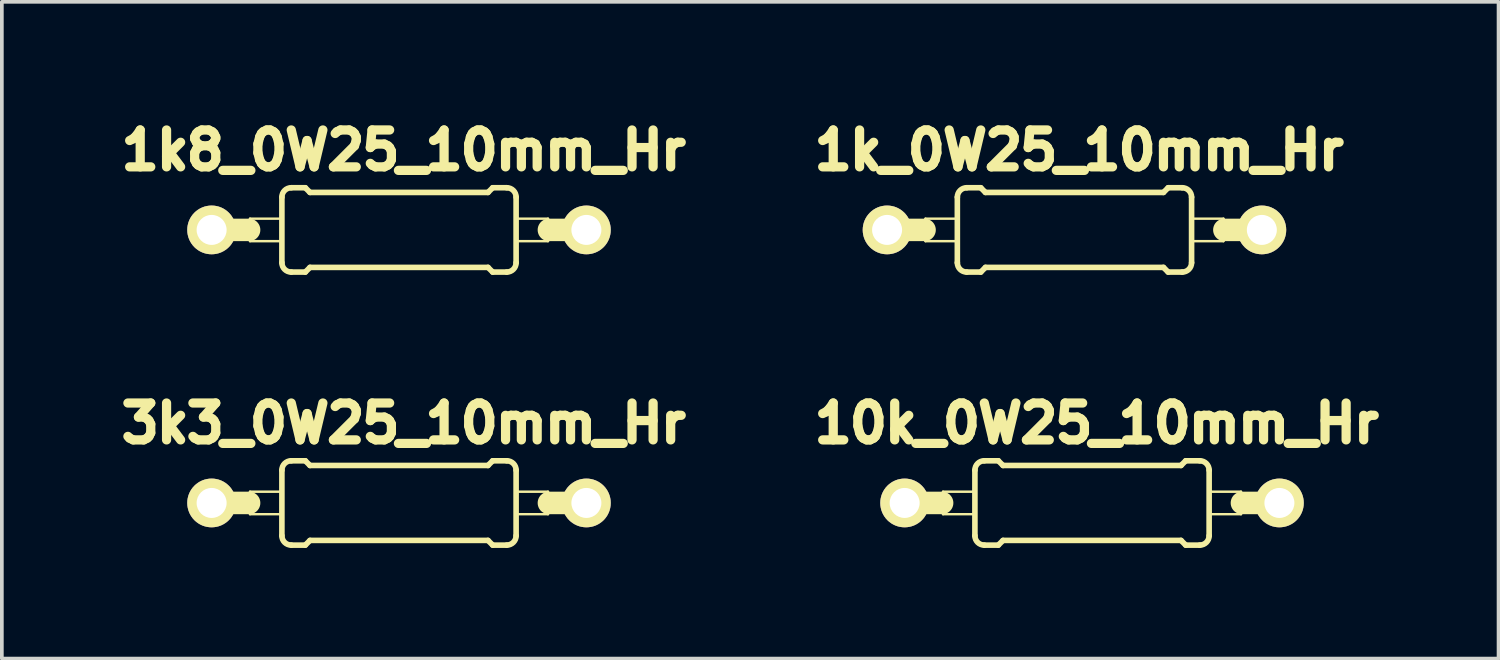
<source format=kicad_pcb>
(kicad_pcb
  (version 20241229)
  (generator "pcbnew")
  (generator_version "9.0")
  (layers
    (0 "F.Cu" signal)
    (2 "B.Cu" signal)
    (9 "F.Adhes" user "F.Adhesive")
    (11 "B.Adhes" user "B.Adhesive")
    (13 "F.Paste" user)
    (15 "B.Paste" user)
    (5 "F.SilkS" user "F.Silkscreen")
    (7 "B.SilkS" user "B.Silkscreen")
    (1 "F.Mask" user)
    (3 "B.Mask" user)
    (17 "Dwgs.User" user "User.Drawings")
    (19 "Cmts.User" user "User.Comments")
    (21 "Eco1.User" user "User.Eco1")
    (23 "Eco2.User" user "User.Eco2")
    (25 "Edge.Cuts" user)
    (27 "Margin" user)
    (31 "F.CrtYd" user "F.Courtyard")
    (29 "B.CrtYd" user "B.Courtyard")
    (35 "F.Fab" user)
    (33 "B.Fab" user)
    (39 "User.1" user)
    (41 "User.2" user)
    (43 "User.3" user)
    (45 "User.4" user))
  (footprint "10k_0W25_10mm_Hr"
    (layer "F.Cu")
    (at 26.555 10.585)
    (property "Reference" "10k_0W25_10mm_Hr" (at 0.127 -2.159 0) (layer "F.SilkS") (effects (font (size 1 1) (thickness 0.25))))
    (attr exclude_from_pos_files exclude_from_bom)
    (fp_line (start -5.08 0) (end -4.064 0) (stroke (width 0.61) (type solid)) (layer "F.SilkS"))
    (fp_line (start -4.039 -0.305) (end -3.175 -0.305) (stroke (width 0.066) (type solid)) (layer "F.SilkS"))
    (fp_line (start -4.039 0.305) (end -4.039 -0.305) (stroke (width 0.066) (type solid)) (layer "F.SilkS"))
    (fp_line (start -4.039 0.305) (end -3.175 0.305) (stroke (width 0.066) (type solid)) (layer "F.SilkS"))
    (fp_line (start -3.175 0.305) (end -3.175 -0.305) (stroke (width 0.066) (type solid)) (layer "F.SilkS"))
    (fp_line (start -3.175 0.889) (end -3.175 -0.889) (stroke (width 0.152) (type solid)) (layer "F.SilkS"))
    (fp_line (start -2.921 -1.143) (end -2.54 -1.143) (stroke (width 0.152) (type solid)) (layer "F.SilkS"))
    (fp_line (start -2.921 1.143) (end -2.54 1.143) (stroke (width 0.152) (type solid)) (layer "F.SilkS"))
    (fp_line (start -2.413 -1.016) (end -2.54 -1.143) (stroke (width 0.152) (type solid)) (layer "F.SilkS"))
    (fp_line (start -2.413 1.016) (end -2.54 1.143) (stroke (width 0.152) (type solid)) (layer "F.SilkS"))
    (fp_line (start 2.413 -1.016) (end -2.413 -1.016) (stroke (width 0.152) (type solid)) (layer "F.SilkS"))
    (fp_line (start 2.413 -1.016) (end 2.54 -1.143) (stroke (width 0.152) (type solid)) (layer "F.SilkS"))
    (fp_line (start 2.413 1.016) (end -2.413 1.016) (stroke (width 0.152) (type solid)) (layer "F.SilkS"))
    (fp_line (start 2.413 1.016) (end 2.54 1.143) (stroke (width 0.152) (type solid)) (layer "F.SilkS"))
    (fp_line (start 2.921 -1.143) (end 2.54 -1.143) (stroke (width 0.152) (type solid)) (layer "F.SilkS"))
    (fp_line (start 2.921 1.143) (end 2.54 1.143) (stroke (width 0.152) (type solid)) (layer "F.SilkS"))
    (fp_line (start 3.175 -0.305) (end 4.039 -0.305) (stroke (width 0.066) (type solid)) (layer "F.SilkS"))
    (fp_line (start 3.175 0.305) (end 3.175 -0.305) (stroke (width 0.066) (type solid)) (layer "F.SilkS"))
    (fp_line (start 3.175 0.305) (end 4.039 0.305) (stroke (width 0.066) (type solid)) (layer "F.SilkS"))
    (fp_line (start 3.175 0.889) (end 3.175 -0.889) (stroke (width 0.152) (type solid)) (layer "F.SilkS"))
    (fp_line (start 4.039 0.305) (end 4.039 -0.305) (stroke (width 0.066) (type solid)) (layer "F.SilkS"))
    (fp_line (start 5.08 0) (end 4.064 0) (stroke (width 0.61) (type solid)) (layer "F.SilkS"))
    (fp_arc (start -3.175 -0.889) (mid -3.100605 -1.068605) (end -2.921 -1.143) (stroke (width 0.1524) (type solid)) (layer "F.SilkS"))
    (fp_arc (start -2.921 1.143) (mid -3.100605 1.068605) (end -3.175 0.889) (stroke (width 0.1524) (type solid)) (layer "F.SilkS"))
    (fp_arc (start 2.921 -1.143) (mid 3.100605 -1.068605) (end 3.175 -0.889) (stroke (width 0.1524) (type solid)) (layer "F.SilkS"))
    (fp_arc (start 3.175 0.889) (mid 3.100605 1.068605) (end 2.921 1.143) (stroke (width 0.1524) (type solid)) (layer "F.SilkS"))
    (pad "1" thru_hole circle (at -5.08 0) (size 1.321 1.321) (drill 0.813) (layers "*.Cu" "F.Mask" "F.SilkS" "F.Paste"))
    (pad "2" thru_hole circle (at 5.08 0) (size 1.321 1.321) (drill 0.813) (layers "*.Cu" "F.Mask" "F.SilkS" "F.Paste")))
  (footprint "1k8_0W25_10mm_Hr"
    (layer "F.Cu")
    (at 7.767 3.183)
    (property "Reference" "1k8_0W25_10mm_Hr" (at 0.127 -2.159 0) (layer "F.SilkS") (effects (font (size 1 1) (thickness 0.25))))
    (attr exclude_from_pos_files exclude_from_bom)
    (fp_line (start -5.08 0) (end -4.064 0) (stroke (width 0.61) (type solid)) (layer "F.SilkS"))
    (fp_line (start -4.039 -0.305) (end -3.175 -0.305) (stroke (width 0.066) (type solid)) (layer "F.SilkS"))
    (fp_line (start -4.039 0.305) (end -4.039 -0.305) (stroke (width 0.066) (type solid)) (layer "F.SilkS"))
    (fp_line (start -4.039 0.305) (end -3.175 0.305) (stroke (width 0.066) (type solid)) (layer "F.SilkS"))
    (fp_line (start -3.175 0.305) (end -3.175 -0.305) (stroke (width 0.066) (type solid)) (layer "F.SilkS"))
    (fp_line (start -3.175 0.889) (end -3.175 -0.889) (stroke (width 0.152) (type solid)) (layer "F.SilkS"))
    (fp_line (start -2.921 -1.143) (end -2.54 -1.143) (stroke (width 0.152) (type solid)) (layer "F.SilkS"))
    (fp_line (start -2.921 1.143) (end -2.54 1.143) (stroke (width 0.152) (type solid)) (layer "F.SilkS"))
    (fp_line (start -2.413 -1.016) (end -2.54 -1.143) (stroke (width 0.152) (type solid)) (layer "F.SilkS"))
    (fp_line (start -2.413 1.016) (end -2.54 1.143) (stroke (width 0.152) (type solid)) (layer "F.SilkS"))
    (fp_line (start 2.413 -1.016) (end -2.413 -1.016) (stroke (width 0.152) (type solid)) (layer "F.SilkS"))
    (fp_line (start 2.413 -1.016) (end 2.54 -1.143) (stroke (width 0.152) (type solid)) (layer "F.SilkS"))
    (fp_line (start 2.413 1.016) (end -2.413 1.016) (stroke (width 0.152) (type solid)) (layer "F.SilkS"))
    (fp_line (start 2.413 1.016) (end 2.54 1.143) (stroke (width 0.152) (type solid)) (layer "F.SilkS"))
    (fp_line (start 2.921 -1.143) (end 2.54 -1.143) (stroke (width 0.152) (type solid)) (layer "F.SilkS"))
    (fp_line (start 2.921 1.143) (end 2.54 1.143) (stroke (width 0.152) (type solid)) (layer "F.SilkS"))
    (fp_line (start 3.175 -0.305) (end 4.039 -0.305) (stroke (width 0.066) (type solid)) (layer "F.SilkS"))
    (fp_line (start 3.175 0.305) (end 3.175 -0.305) (stroke (width 0.066) (type solid)) (layer "F.SilkS"))
    (fp_line (start 3.175 0.305) (end 4.039 0.305) (stroke (width 0.066) (type solid)) (layer "F.SilkS"))
    (fp_line (start 3.175 0.889) (end 3.175 -0.889) (stroke (width 0.152) (type solid)) (layer "F.SilkS"))
    (fp_line (start 4.039 0.305) (end 4.039 -0.305) (stroke (width 0.066) (type solid)) (layer "F.SilkS"))
    (fp_line (start 5.08 0) (end 4.064 0) (stroke (width 0.61) (type solid)) (layer "F.SilkS"))
    (fp_arc (start -3.175 -0.889) (mid -3.100605 -1.068605) (end -2.921 -1.143) (stroke (width 0.1524) (type solid)) (layer "F.SilkS"))
    (fp_arc (start -2.921 1.143) (mid -3.100605 1.068605) (end -3.175 0.889) (stroke (width 0.1524) (type solid)) (layer "F.SilkS"))
    (fp_arc (start 2.921 -1.143) (mid 3.100605 -1.068605) (end 3.175 -0.889) (stroke (width 0.1524) (type solid)) (layer "F.SilkS"))
    (fp_arc (start 3.175 0.889) (mid 3.100605 1.068605) (end 2.921 1.143) (stroke (width 0.1524) (type solid)) (layer "F.SilkS"))
    (pad "1" thru_hole circle (at -5.08 0) (size 1.321 1.321) (drill 0.813) (layers "*.Cu" "F.Mask" "F.SilkS" "F.Paste"))
    (pad "2" thru_hole circle (at 5.08 0) (size 1.321 1.321) (drill 0.813) (layers "*.Cu" "F.Mask" "F.SilkS" "F.Paste")))
  (footprint "1k_0W25_10mm_Hr"
    (layer "F.Cu")
    (at 26.079 3.183)
    (property "Reference" "1k_0W25_10mm_Hr" (at 0.127 -2.159 0) (layer "F.SilkS") (effects (font (size 1 1) (thickness 0.25))))
    (attr exclude_from_pos_files exclude_from_bom)
    (fp_line (start -5.08 0) (end -4.064 0) (stroke (width 0.61) (type solid)) (layer "F.SilkS"))
    (fp_line (start -4.039 -0.305) (end -3.175 -0.305) (stroke (width 0.066) (type solid)) (layer "F.SilkS"))
    (fp_line (start -4.039 0.305) (end -4.039 -0.305) (stroke (width 0.066) (type solid)) (layer "F.SilkS"))
    (fp_line (start -4.039 0.305) (end -3.175 0.305) (stroke (width 0.066) (type solid)) (layer "F.SilkS"))
    (fp_line (start -3.175 0.305) (end -3.175 -0.305) (stroke (width 0.066) (type solid)) (layer "F.SilkS"))
    (fp_line (start -3.175 0.889) (end -3.175 -0.889) (stroke (width 0.152) (type solid)) (layer "F.SilkS"))
    (fp_line (start -2.921 -1.143) (end -2.54 -1.143) (stroke (width 0.152) (type solid)) (layer "F.SilkS"))
    (fp_line (start -2.921 1.143) (end -2.54 1.143) (stroke (width 0.152) (type solid)) (layer "F.SilkS"))
    (fp_line (start -2.413 -1.016) (end -2.54 -1.143) (stroke (width 0.152) (type solid)) (layer "F.SilkS"))
    (fp_line (start -2.413 1.016) (end -2.54 1.143) (stroke (width 0.152) (type solid)) (layer "F.SilkS"))
    (fp_line (start 2.413 -1.016) (end -2.413 -1.016) (stroke (width 0.152) (type solid)) (layer "F.SilkS"))
    (fp_line (start 2.413 -1.016) (end 2.54 -1.143) (stroke (width 0.152) (type solid)) (layer "F.SilkS"))
    (fp_line (start 2.413 1.016) (end -2.413 1.016) (stroke (width 0.152) (type solid)) (layer "F.SilkS"))
    (fp_line (start 2.413 1.016) (end 2.54 1.143) (stroke (width 0.152) (type solid)) (layer "F.SilkS"))
    (fp_line (start 2.921 -1.143) (end 2.54 -1.143) (stroke (width 0.152) (type solid)) (layer "F.SilkS"))
    (fp_line (start 2.921 1.143) (end 2.54 1.143) (stroke (width 0.152) (type solid)) (layer "F.SilkS"))
    (fp_line (start 3.175 -0.305) (end 4.039 -0.305) (stroke (width 0.066) (type solid)) (layer "F.SilkS"))
    (fp_line (start 3.175 0.305) (end 3.175 -0.305) (stroke (width 0.066) (type solid)) (layer "F.SilkS"))
    (fp_line (start 3.175 0.305) (end 4.039 0.305) (stroke (width 0.066) (type solid)) (layer "F.SilkS"))
    (fp_line (start 3.175 0.889) (end 3.175 -0.889) (stroke (width 0.152) (type solid)) (layer "F.SilkS"))
    (fp_line (start 4.039 0.305) (end 4.039 -0.305) (stroke (width 0.066) (type solid)) (layer "F.SilkS"))
    (fp_line (start 5.08 0) (end 4.064 0) (stroke (width 0.61) (type solid)) (layer "F.SilkS"))
    (fp_arc (start -3.175 -0.889) (mid -3.100605 -1.068605) (end -2.921 -1.143) (stroke (width 0.1524) (type solid)) (layer "F.SilkS"))
    (fp_arc (start -2.921 1.143) (mid -3.100605 1.068605) (end -3.175 0.889) (stroke (width 0.1524) (type solid)) (layer "F.SilkS"))
    (fp_arc (start 2.921 -1.143) (mid 3.100605 -1.068605) (end 3.175 -0.889) (stroke (width 0.1524) (type solid)) (layer "F.SilkS"))
    (fp_arc (start 3.175 0.889) (mid 3.100605 1.068605) (end 2.921 1.143) (stroke (width 0.1524) (type solid)) (layer "F.SilkS"))
    (pad "1" thru_hole circle (at -5.08 0) (size 1.321 1.321) (drill 0.813) (layers "*.Cu" "F.Mask" "F.SilkS" "F.Paste"))
    (pad "2" thru_hole circle (at 5.08 0) (size 1.321 1.321) (drill 0.813) (layers "*.Cu" "F.Mask" "F.SilkS" "F.Paste")))
  (footprint "3k3_0W25_10mm_Hr"
    (layer "F.Cu")
    (at 7.767 10.585)
    (property "Reference" "3k3_0W25_10mm_Hr" (at 0.127 -2.159 0) (layer "F.SilkS") (effects (font (size 1 1) (thickness 0.25))))
    (attr exclude_from_pos_files exclude_from_bom)
    (fp_line (start -5.08 0) (end -4.064 0) (stroke (width 0.61) (type solid)) (layer "F.SilkS"))
    (fp_line (start -4.039 -0.305) (end -3.175 -0.305) (stroke (width 0.066) (type solid)) (layer "F.SilkS"))
    (fp_line (start -4.039 0.305) (end -4.039 -0.305) (stroke (width 0.066) (type solid)) (layer "F.SilkS"))
    (fp_line (start -4.039 0.305) (end -3.175 0.305) (stroke (width 0.066) (type solid)) (layer "F.SilkS"))
    (fp_line (start -3.175 0.305) (end -3.175 -0.305) (stroke (width 0.066) (type solid)) (layer "F.SilkS"))
    (fp_line (start -3.175 0.889) (end -3.175 -0.889) (stroke (width 0.152) (type solid)) (layer "F.SilkS"))
    (fp_line (start -2.921 -1.143) (end -2.54 -1.143) (stroke (width 0.152) (type solid)) (layer "F.SilkS"))
    (fp_line (start -2.921 1.143) (end -2.54 1.143) (stroke (width 0.152) (type solid)) (layer "F.SilkS"))
    (fp_line (start -2.413 -1.016) (end -2.54 -1.143) (stroke (width 0.152) (type solid)) (layer "F.SilkS"))
    (fp_line (start -2.413 1.016) (end -2.54 1.143) (stroke (width 0.152) (type solid)) (layer "F.SilkS"))
    (fp_line (start 2.413 -1.016) (end -2.413 -1.016) (stroke (width 0.152) (type solid)) (layer "F.SilkS"))
    (fp_line (start 2.413 -1.016) (end 2.54 -1.143) (stroke (width 0.152) (type solid)) (layer "F.SilkS"))
    (fp_line (start 2.413 1.016) (end -2.413 1.016) (stroke (width 0.152) (type solid)) (layer "F.SilkS"))
    (fp_line (start 2.413 1.016) (end 2.54 1.143) (stroke (width 0.152) (type solid)) (layer "F.SilkS"))
    (fp_line (start 2.921 -1.143) (end 2.54 -1.143) (stroke (width 0.152) (type solid)) (layer "F.SilkS"))
    (fp_line (start 2.921 1.143) (end 2.54 1.143) (stroke (width 0.152) (type solid)) (layer "F.SilkS"))
    (fp_line (start 3.175 -0.305) (end 4.039 -0.305) (stroke (width 0.066) (type solid)) (layer "F.SilkS"))
    (fp_line (start 3.175 0.305) (end 3.175 -0.305) (stroke (width 0.066) (type solid)) (layer "F.SilkS"))
    (fp_line (start 3.175 0.305) (end 4.039 0.305) (stroke (width 0.066) (type solid)) (layer "F.SilkS"))
    (fp_line (start 3.175 0.889) (end 3.175 -0.889) (stroke (width 0.152) (type solid)) (layer "F.SilkS"))
    (fp_line (start 4.039 0.305) (end 4.039 -0.305) (stroke (width 0.066) (type solid)) (layer "F.SilkS"))
    (fp_line (start 5.08 0) (end 4.064 0) (stroke (width 0.61) (type solid)) (layer "F.SilkS"))
    (fp_arc (start -3.175 -0.889) (mid -3.100605 -1.068605) (end -2.921 -1.143) (stroke (width 0.1524) (type solid)) (layer "F.SilkS"))
    (fp_arc (start -2.921 1.143) (mid -3.100605 1.068605) (end -3.175 0.889) (stroke (width 0.1524) (type solid)) (layer "F.SilkS"))
    (fp_arc (start 2.921 -1.143) (mid 3.100605 -1.068605) (end 3.175 -0.889) (stroke (width 0.1524) (type solid)) (layer "F.SilkS"))
    (fp_arc (start 3.175 0.889) (mid 3.100605 1.068605) (end 2.921 1.143) (stroke (width 0.1524) (type solid)) (layer "F.SilkS"))
    (pad "1" thru_hole circle (at -5.08 0) (size 1.321 1.321) (drill 0.813) (layers "*.Cu" "F.Mask" "F.SilkS" "F.Paste"))
    (pad "2" thru_hole circle (at 5.08 0) (size 1.321 1.321) (drill 0.813) (layers "*.Cu" "F.Mask" "F.SilkS" "F.Paste")))
  (gr_rect
    (start -3 -3)
    (end 37.576 14.804)
    (stroke (width 0.1) (type default))
    (fill no)
    (layer "Edge.Cuts")))
</source>
